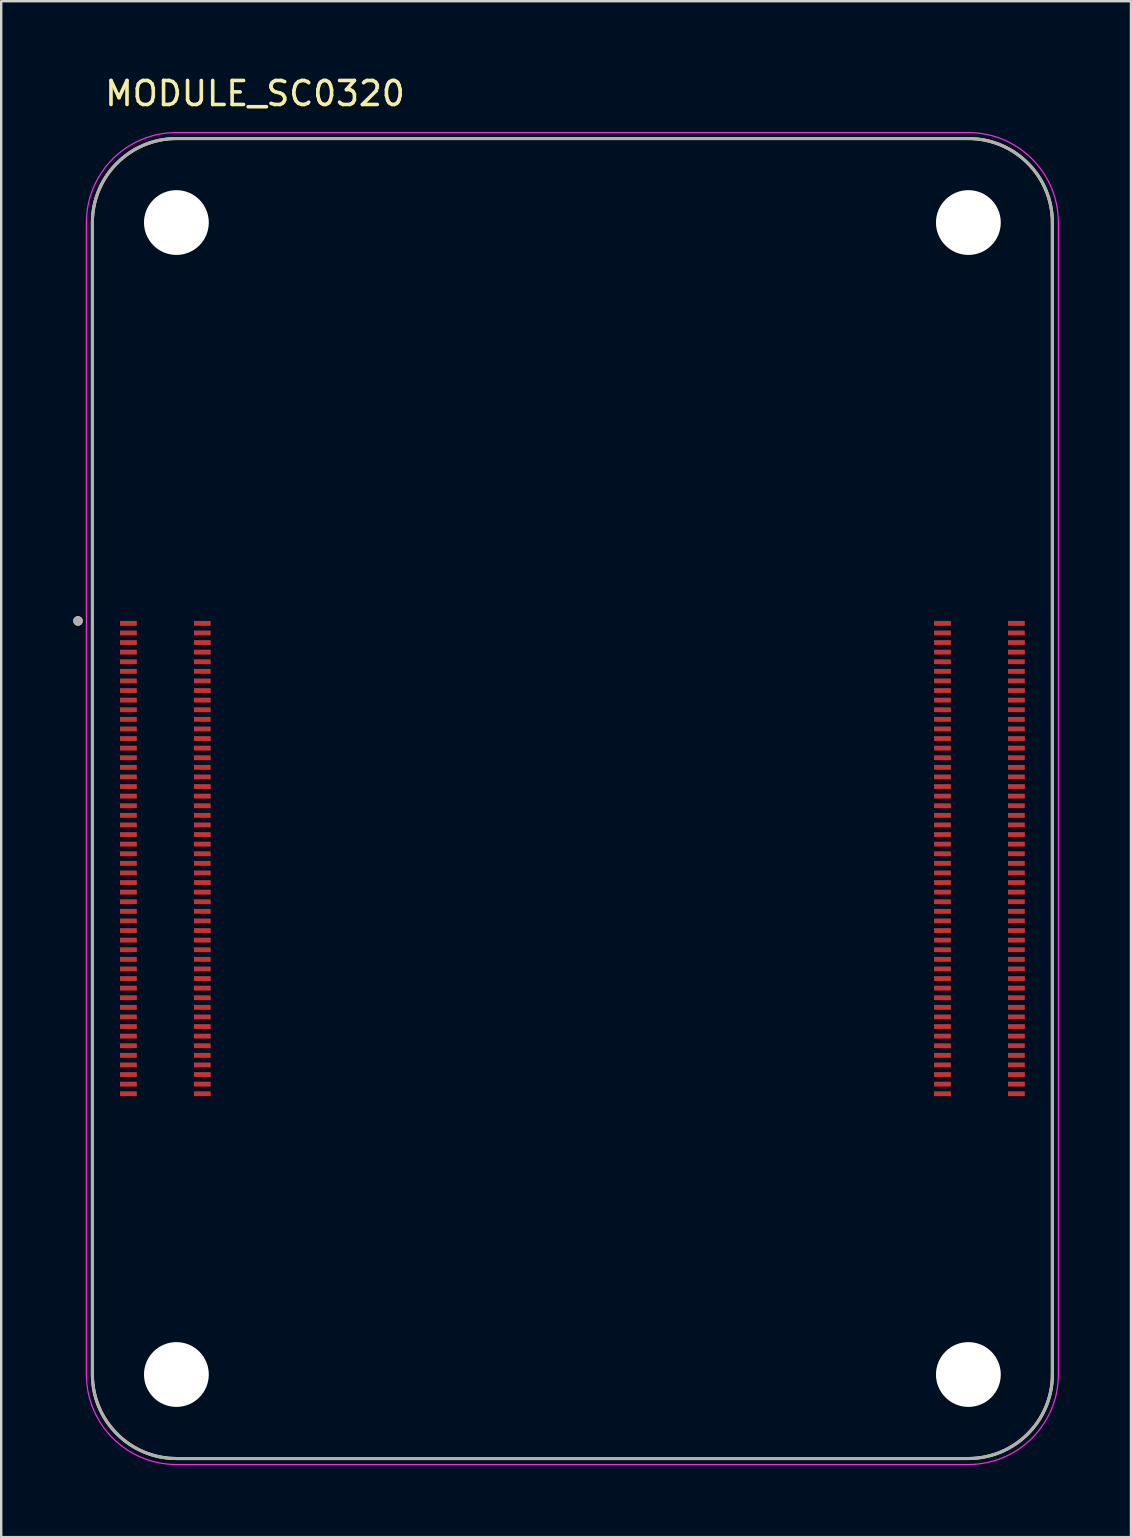
<source format=kicad_pcb>
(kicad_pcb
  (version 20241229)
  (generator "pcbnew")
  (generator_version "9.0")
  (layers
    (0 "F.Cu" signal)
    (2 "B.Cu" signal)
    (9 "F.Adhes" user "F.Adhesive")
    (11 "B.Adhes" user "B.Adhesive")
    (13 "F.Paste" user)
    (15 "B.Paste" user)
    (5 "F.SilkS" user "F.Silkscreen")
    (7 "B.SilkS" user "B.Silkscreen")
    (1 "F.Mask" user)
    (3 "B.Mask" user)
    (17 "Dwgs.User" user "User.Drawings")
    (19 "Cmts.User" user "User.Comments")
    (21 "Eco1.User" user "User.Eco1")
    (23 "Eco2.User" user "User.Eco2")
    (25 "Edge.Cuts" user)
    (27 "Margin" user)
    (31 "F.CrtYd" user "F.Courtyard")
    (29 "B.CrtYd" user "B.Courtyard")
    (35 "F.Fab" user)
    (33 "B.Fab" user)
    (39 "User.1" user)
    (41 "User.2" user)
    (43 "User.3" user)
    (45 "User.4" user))
  (footprint "MODULE_SC0320"
    (layer "F.Cu")
    (at 4.3 54.223)
    (property "Reference" "MODULE_SC0320" (at 3.275 -53.375 0) (layer "F.SilkS") (effects (font (size 1 1) (thickness 0.15))))
    (attr through_hole)
    (fp_line (start -3.5 -48) (end -3.5 0) (stroke (width 0.127) (type solid)) (layer "F.SilkS"))
    (fp_line (start 0 3.5) (end 33 3.5) (stroke (width 0.127) (type solid)) (layer "F.SilkS"))
    (fp_line (start 33 -51.5) (end 0 -51.5) (stroke (width 0.127) (type solid)) (layer "F.SilkS"))
    (fp_line (start 36.5 0) (end 36.5 -48) (stroke (width 0.127) (type solid)) (layer "F.SilkS"))
    (fp_arc (start -3.5 -48) (mid -2.474874 -50.474874) (end 0 -51.5) (stroke (width 0.127) (type solid)) (layer "F.SilkS"))
    (fp_arc (start 0 3.5) (mid -2.474874 2.474874) (end -3.5 0) (stroke (width 0.127) (type solid)) (layer "F.SilkS"))
    (fp_arc (start 33 -51.5) (mid 35.474874 -50.474874) (end 36.5 -48) (stroke (width 0.127) (type solid)) (layer "F.SilkS"))
    (fp_arc (start 36.5 0) (mid 35.474874 2.474874) (end 33 3.5) (stroke (width 0.127) (type solid)) (layer "F.SilkS"))
    (fp_circle (center -4.1 -31.4) (end -4 -31.4) (stroke (width 0.2) (type solid)) (fill no) (layer "F.SilkS"))
    (fp_line (start -3.75 -48) (end -3.75 0) (stroke (width 0.05) (type solid)) (layer "F.CrtYd"))
    (fp_line (start 0 3.75) (end 33 3.75) (stroke (width 0.05) (type solid)) (layer "F.CrtYd"))
    (fp_line (start 33 -51.75) (end 0 -51.75) (stroke (width 0.05) (type solid)) (layer "F.CrtYd"))
    (fp_line (start 36.75 0) (end 36.75 -48) (stroke (width 0.05) (type solid)) (layer "F.CrtYd"))
    (fp_arc (start -3.75 -48) (mid -2.65165 -50.65165) (end 0 -51.75) (stroke (width 0.05) (type solid)) (layer "F.CrtYd"))
    (fp_arc (start 0 3.75) (mid -2.65165 2.65165) (end -3.75 0) (stroke (width 0.05) (type solid)) (layer "F.CrtYd"))
    (fp_arc (start 33 -51.75) (mid 35.65165 -50.65165) (end 36.75 -48) (stroke (width 0.05) (type solid)) (layer "F.CrtYd"))
    (fp_arc (start 36.75 0) (mid 35.65165 2.65165) (end 33 3.75) (stroke (width 0.05) (type solid)) (layer "F.CrtYd"))
    (fp_line (start -3.5 -48) (end -3.5 0) (stroke (width 0.127) (type solid)) (layer "F.Fab"))
    (fp_line (start 0 3.5) (end 33 3.5) (stroke (width 0.127) (type solid)) (layer "F.Fab"))
    (fp_line (start 33 -51.5) (end 0 -51.5) (stroke (width 0.127) (type solid)) (layer "F.Fab"))
    (fp_line (start 36.5 0) (end 36.5 -48) (stroke (width 0.127) (type solid)) (layer "F.Fab"))
    (fp_arc (start -3.5 -48) (mid -2.474874 -50.474874) (end 0 -51.5) (stroke (width 0.127) (type solid)) (layer "F.Fab"))
    (fp_arc (start 0 3.5) (mid -2.474874 2.474874) (end -3.5 0) (stroke (width 0.127) (type solid)) (layer "F.Fab"))
    (fp_arc (start 33 -51.5) (mid 35.474874 -50.474874) (end 36.5 -48) (stroke (width 0.127) (type solid)) (layer "F.Fab"))
    (fp_arc (start 36.5 0) (mid 35.474874 2.474874) (end 33 3.5) (stroke (width 0.127) (type solid)) (layer "F.Fab"))
    (fp_circle (center -4.1 -31.4) (end -4 -31.4) (stroke (width 0.2) (type solid)) (fill no) (layer "F.Fab"))
    (pad "" np_thru_hole circle (at 0 -48) (size 2.7 2.7) (drill 2.7) (layers "*.Cu" "*.Mask"))
    (pad "" np_thru_hole circle (at 0 0) (size 2.7 2.7) (drill 2.7) (layers "*.Cu" "*.Mask"))
    (pad "" np_thru_hole circle (at 33 -48) (size 2.7 2.7) (drill 2.7) (layers "*.Cu" "*.Mask"))
    (pad "" np_thru_hole circle (at 33 0) (size 2.7 2.7) (drill 2.7) (layers "*.Cu" "*.Mask"))
    (pad "1" smd rect (at -2 -31.3) (size 0.7 0.2) (layers "F.Cu" "F.Mask" "F.Paste"))
    (pad "2" smd rect (at 1.08 -31.3) (size 0.7 0.2) (layers "F.Cu" "F.Mask" "F.Paste"))
    (pad "3" smd rect (at -2 -30.9) (size 0.7 0.2) (layers "F.Cu" "F.Mask" "F.Paste"))
    (pad "4" smd rect (at 1.08 -30.9) (size 0.7 0.2) (layers "F.Cu" "F.Mask" "F.Paste"))
    (pad "5" smd rect (at -2 -30.5) (size 0.7 0.2) (layers "F.Cu" "F.Mask" "F.Paste"))
    (pad "6" smd rect (at 1.08 -30.5) (size 0.7 0.2) (layers "F.Cu" "F.Mask" "F.Paste"))
    (pad "7" smd rect (at -2 -30.1) (size 0.7 0.2) (layers "F.Cu" "F.Mask" "F.Paste"))
    (pad "8" smd rect (at 1.08 -30.1) (size 0.7 0.2) (layers "F.Cu" "F.Mask" "F.Paste"))
    (pad "9" smd rect (at -2 -29.7) (size 0.7 0.2) (layers "F.Cu" "F.Mask" "F.Paste"))
    (pad "10" smd rect (at 1.08 -29.7) (size 0.7 0.2) (layers "F.Cu" "F.Mask" "F.Paste"))
    (pad "11" smd rect (at -2 -29.3) (size 0.7 0.2) (layers "F.Cu" "F.Mask" "F.Paste"))
    (pad "12" smd rect (at 1.08 -29.3) (size 0.7 0.2) (layers "F.Cu" "F.Mask" "F.Paste"))
    (pad "13" smd rect (at -2 -28.9) (size 0.7 0.2) (layers "F.Cu" "F.Mask" "F.Paste"))
    (pad "14" smd rect (at 1.08 -28.9) (size 0.7 0.2) (layers "F.Cu" "F.Mask" "F.Paste"))
    (pad "15" smd rect (at -2 -28.5) (size 0.7 0.2) (layers "F.Cu" "F.Mask" "F.Paste"))
    (pad "16" smd rect (at 1.08 -28.5) (size 0.7 0.2) (layers "F.Cu" "F.Mask" "F.Paste"))
    (pad "17" smd rect (at -2 -28.1) (size 0.7 0.2) (layers "F.Cu" "F.Mask" "F.Paste"))
    (pad "18" smd rect (at 1.08 -28.1) (size 0.7 0.2) (layers "F.Cu" "F.Mask" "F.Paste"))
    (pad "19" smd rect (at -2 -27.7) (size 0.7 0.2) (layers "F.Cu" "F.Mask" "F.Paste"))
    (pad "20" smd rect (at 1.08 -27.7) (size 0.7 0.2) (layers "F.Cu" "F.Mask" "F.Paste"))
    (pad "21" smd rect (at -2 -27.3) (size 0.7 0.2) (layers "F.Cu" "F.Mask" "F.Paste"))
    (pad "22" smd rect (at 1.08 -27.3) (size 0.7 0.2) (layers "F.Cu" "F.Mask" "F.Paste"))
    (pad "23" smd rect (at -2 -26.9) (size 0.7 0.2) (layers "F.Cu" "F.Mask" "F.Paste"))
    (pad "24" smd rect (at 1.08 -26.9) (size 0.7 0.2) (layers "F.Cu" "F.Mask" "F.Paste"))
    (pad "25" smd rect (at -2 -26.5) (size 0.7 0.2) (layers "F.Cu" "F.Mask" "F.Paste"))
    (pad "26" smd rect (at 1.08 -26.5) (size 0.7 0.2) (layers "F.Cu" "F.Mask" "F.Paste"))
    (pad "27" smd rect (at -2 -26.1) (size 0.7 0.2) (layers "F.Cu" "F.Mask" "F.Paste"))
    (pad "28" smd rect (at 1.08 -26.1) (size 0.7 0.2) (layers "F.Cu" "F.Mask" "F.Paste"))
    (pad "29" smd rect (at -2 -25.7) (size 0.7 0.2) (layers "F.Cu" "F.Mask" "F.Paste"))
    (pad "30" smd rect (at 1.08 -25.7) (size 0.7 0.2) (layers "F.Cu" "F.Mask" "F.Paste"))
    (pad "31" smd rect (at -2 -25.3) (size 0.7 0.2) (layers "F.Cu" "F.Mask" "F.Paste"))
    (pad "32" smd rect (at 1.08 -25.3) (size 0.7 0.2) (layers "F.Cu" "F.Mask" "F.Paste"))
    (pad "33" smd rect (at -2 -24.9) (size 0.7 0.2) (layers "F.Cu" "F.Mask" "F.Paste"))
    (pad "34" smd rect (at 1.08 -24.9) (size 0.7 0.2) (layers "F.Cu" "F.Mask" "F.Paste"))
    (pad "35" smd rect (at -2 -24.5) (size 0.7 0.2) (layers "F.Cu" "F.Mask" "F.Paste"))
    (pad "36" smd rect (at 1.08 -24.5) (size 0.7 0.2) (layers "F.Cu" "F.Mask" "F.Paste"))
    (pad "37" smd rect (at -2 -24.1) (size 0.7 0.2) (layers "F.Cu" "F.Mask" "F.Paste"))
    (pad "38" smd rect (at 1.08 -24.1) (size 0.7 0.2) (layers "F.Cu" "F.Mask" "F.Paste"))
    (pad "39" smd rect (at -2 -23.7) (size 0.7 0.2) (layers "F.Cu" "F.Mask" "F.Paste"))
    (pad "40" smd rect (at 1.08 -23.7) (size 0.7 0.2) (layers "F.Cu" "F.Mask" "F.Paste"))
    (pad "41" smd rect (at -2 -23.3) (size 0.7 0.2) (layers "F.Cu" "F.Mask" "F.Paste"))
    (pad "42" smd rect (at 1.08 -23.3) (size 0.7 0.2) (layers "F.Cu" "F.Mask" "F.Paste"))
    (pad "43" smd rect (at -2 -22.9) (size 0.7 0.2) (layers "F.Cu" "F.Mask" "F.Paste"))
    (pad "44" smd rect (at 1.08 -22.9) (size 0.7 0.2) (layers "F.Cu" "F.Mask" "F.Paste"))
    (pad "45" smd rect (at -2 -22.5) (size 0.7 0.2) (layers "F.Cu" "F.Mask" "F.Paste"))
    (pad "46" smd rect (at 1.08 -22.5) (size 0.7 0.2) (layers "F.Cu" "F.Mask" "F.Paste"))
    (pad "47" smd rect (at -2 -22.1) (size 0.7 0.2) (layers "F.Cu" "F.Mask" "F.Paste"))
    (pad "48" smd rect (at 1.08 -22.1) (size 0.7 0.2) (layers "F.Cu" "F.Mask" "F.Paste"))
    (pad "49" smd rect (at -2 -21.7) (size 0.7 0.2) (layers "F.Cu" "F.Mask" "F.Paste"))
    (pad "50" smd rect (at 1.08 -21.7) (size 0.7 0.2) (layers "F.Cu" "F.Mask" "F.Paste"))
    (pad "51" smd rect (at -2 -21.3) (size 0.7 0.2) (layers "F.Cu" "F.Mask" "F.Paste"))
    (pad "52" smd rect (at 1.08 -21.3) (size 0.7 0.2) (layers "F.Cu" "F.Mask" "F.Paste"))
    (pad "53" smd rect (at -2 -20.9) (size 0.7 0.2) (layers "F.Cu" "F.Mask" "F.Paste"))
    (pad "54" smd rect (at 1.08 -20.9) (size 0.7 0.2) (layers "F.Cu" "F.Mask" "F.Paste"))
    (pad "55" smd rect (at -2 -20.5) (size 0.7 0.2) (layers "F.Cu" "F.Mask" "F.Paste"))
    (pad "56" smd rect (at 1.08 -20.5) (size 0.7 0.2) (layers "F.Cu" "F.Mask" "F.Paste"))
    (pad "57" smd rect (at -2 -20.1) (size 0.7 0.2) (layers "F.Cu" "F.Mask" "F.Paste"))
    (pad "58" smd rect (at 1.08 -20.1) (size 0.7 0.2) (layers "F.Cu" "F.Mask" "F.Paste"))
    (pad "59" smd rect (at -2 -19.7) (size 0.7 0.2) (layers "F.Cu" "F.Mask" "F.Paste"))
    (pad "60" smd rect (at 1.08 -19.7) (size 0.7 0.2) (layers "F.Cu" "F.Mask" "F.Paste"))
    (pad "61" smd rect (at -2 -19.3) (size 0.7 0.2) (layers "F.Cu" "F.Mask" "F.Paste"))
    (pad "62" smd rect (at 1.08 -19.3) (size 0.7 0.2) (layers "F.Cu" "F.Mask" "F.Paste"))
    (pad "63" smd rect (at -2 -18.9) (size 0.7 0.2) (layers "F.Cu" "F.Mask" "F.Paste"))
    (pad "64" smd rect (at 1.08 -18.9) (size 0.7 0.2) (layers "F.Cu" "F.Mask" "F.Paste"))
    (pad "65" smd rect (at -2 -18.5) (size 0.7 0.2) (layers "F.Cu" "F.Mask" "F.Paste"))
    (pad "66" smd rect (at 1.08 -18.5) (size 0.7 0.2) (layers "F.Cu" "F.Mask" "F.Paste"))
    (pad "67" smd rect (at -2 -18.1) (size 0.7 0.2) (layers "F.Cu" "F.Mask" "F.Paste"))
    (pad "68" smd rect (at 1.08 -18.1) (size 0.7 0.2) (layers "F.Cu" "F.Mask" "F.Paste"))
    (pad "69" smd rect (at -2 -17.7) (size 0.7 0.2) (layers "F.Cu" "F.Mask" "F.Paste"))
    (pad "70" smd rect (at 1.08 -17.7) (size 0.7 0.2) (layers "F.Cu" "F.Mask" "F.Paste"))
    (pad "71" smd rect (at -2 -17.3) (size 0.7 0.2) (layers "F.Cu" "F.Mask" "F.Paste"))
    (pad "72" smd rect (at 1.08 -17.3) (size 0.7 0.2) (layers "F.Cu" "F.Mask" "F.Paste"))
    (pad "73" smd rect (at -2 -16.9) (size 0.7 0.2) (layers "F.Cu" "F.Mask" "F.Paste"))
    (pad "74" smd rect (at 1.08 -16.9) (size 0.7 0.2) (layers "F.Cu" "F.Mask" "F.Paste"))
    (pad "75" smd rect (at -2 -16.5) (size 0.7 0.2) (layers "F.Cu" "F.Mask" "F.Paste"))
    (pad "76" smd rect (at 1.08 -16.5) (size 0.7 0.2) (layers "F.Cu" "F.Mask" "F.Paste"))
    (pad "77" smd rect (at -2 -16.1) (size 0.7 0.2) (layers "F.Cu" "F.Mask" "F.Paste"))
    (pad "78" smd rect (at 1.08 -16.1) (size 0.7 0.2) (layers "F.Cu" "F.Mask" "F.Paste"))
    (pad "79" smd rect (at -2 -15.7) (size 0.7 0.2) (layers "F.Cu" "F.Mask" "F.Paste"))
    (pad "80" smd rect (at 1.08 -15.7) (size 0.7 0.2) (layers "F.Cu" "F.Mask" "F.Paste"))
    (pad "81" smd rect (at -2 -15.3) (size 0.7 0.2) (layers "F.Cu" "F.Mask" "F.Paste"))
    (pad "82" smd rect (at 1.08 -15.3) (size 0.7 0.2) (layers "F.Cu" "F.Mask" "F.Paste"))
    (pad "83" smd rect (at -2 -14.9) (size 0.7 0.2) (layers "F.Cu" "F.Mask" "F.Paste"))
    (pad "84" smd rect (at 1.08 -14.9) (size 0.7 0.2) (layers "F.Cu" "F.Mask" "F.Paste"))
    (pad "85" smd rect (at -2 -14.5) (size 0.7 0.2) (layers "F.Cu" "F.Mask" "F.Paste"))
    (pad "86" smd rect (at 1.08 -14.5) (size 0.7 0.2) (layers "F.Cu" "F.Mask" "F.Paste"))
    (pad "87" smd rect (at -2 -14.1) (size 0.7 0.2) (layers "F.Cu" "F.Mask" "F.Paste"))
    (pad "88" smd rect (at 1.08 -14.1) (size 0.7 0.2) (layers "F.Cu" "F.Mask" "F.Paste"))
    (pad "89" smd rect (at -2 -13.7) (size 0.7 0.2) (layers "F.Cu" "F.Mask" "F.Paste"))
    (pad "90" smd rect (at 1.08 -13.7) (size 0.7 0.2) (layers "F.Cu" "F.Mask" "F.Paste"))
    (pad "91" smd rect (at -2 -13.3) (size 0.7 0.2) (layers "F.Cu" "F.Mask" "F.Paste"))
    (pad "92" smd rect (at 1.08 -13.3) (size 0.7 0.2) (layers "F.Cu" "F.Mask" "F.Paste"))
    (pad "93" smd rect (at -2 -12.9) (size 0.7 0.2) (layers "F.Cu" "F.Mask" "F.Paste"))
    (pad "94" smd rect (at 1.08 -12.9) (size 0.7 0.2) (layers "F.Cu" "F.Mask" "F.Paste"))
    (pad "95" smd rect (at -2 -12.5) (size 0.7 0.2) (layers "F.Cu" "F.Mask" "F.Paste"))
    (pad "96" smd rect (at 1.08 -12.5) (size 0.7 0.2) (layers "F.Cu" "F.Mask" "F.Paste"))
    (pad "97" smd rect (at -2 -12.1) (size 0.7 0.2) (layers "F.Cu" "F.Mask" "F.Paste"))
    (pad "98" smd rect (at 1.08 -12.1) (size 0.7 0.2) (layers "F.Cu" "F.Mask" "F.Paste"))
    (pad "99" smd rect (at -2 -11.7) (size 0.7 0.2) (layers "F.Cu" "F.Mask" "F.Paste"))
    (pad "100" smd rect (at 1.08 -11.7) (size 0.7 0.2) (layers "F.Cu" "F.Mask" "F.Paste"))
    (pad "101" smd rect (at 31.92 -31.3) (size 0.7 0.2) (layers "F.Cu" "F.Mask" "F.Paste"))
    (pad "102" smd rect (at 35 -31.3) (size 0.7 0.2) (layers "F.Cu" "F.Mask" "F.Paste"))
    (pad "103" smd rect (at 31.92 -30.9) (size 0.7 0.2) (layers "F.Cu" "F.Mask" "F.Paste"))
    (pad "104" smd rect (at 35 -30.9) (size 0.7 0.2) (layers "F.Cu" "F.Mask" "F.Paste"))
    (pad "105" smd rect (at 31.92 -30.5) (size 0.7 0.2) (layers "F.Cu" "F.Mask" "F.Paste"))
    (pad "106" smd rect (at 35 -30.5) (size 0.7 0.2) (layers "F.Cu" "F.Mask" "F.Paste"))
    (pad "107" smd rect (at 31.92 -30.1) (size 0.7 0.2) (layers "F.Cu" "F.Mask" "F.Paste"))
    (pad "108" smd rect (at 35 -30.1) (size 0.7 0.2) (layers "F.Cu" "F.Mask" "F.Paste"))
    (pad "109" smd rect (at 31.92 -29.7) (size 0.7 0.2) (layers "F.Cu" "F.Mask" "F.Paste"))
    (pad "110" smd rect (at 35 -29.7) (size 0.7 0.2) (layers "F.Cu" "F.Mask" "F.Paste"))
    (pad "111" smd rect (at 31.92 -29.3) (size 0.7 0.2) (layers "F.Cu" "F.Mask" "F.Paste"))
    (pad "112" smd rect (at 35 -29.3) (size 0.7 0.2) (layers "F.Cu" "F.Mask" "F.Paste"))
    (pad "113" smd rect (at 31.92 -28.9) (size 0.7 0.2) (layers "F.Cu" "F.Mask" "F.Paste"))
    (pad "114" smd rect (at 35 -28.9) (size 0.7 0.2) (layers "F.Cu" "F.Mask" "F.Paste"))
    (pad "115" smd rect (at 31.92 -28.5) (size 0.7 0.2) (layers "F.Cu" "F.Mask" "F.Paste"))
    (pad "116" smd rect (at 35 -28.5) (size 0.7 0.2) (layers "F.Cu" "F.Mask" "F.Paste"))
    (pad "117" smd rect (at 31.92 -28.1) (size 0.7 0.2) (layers "F.Cu" "F.Mask" "F.Paste"))
    (pad "118" smd rect (at 35 -28.1) (size 0.7 0.2) (layers "F.Cu" "F.Mask" "F.Paste"))
    (pad "119" smd rect (at 31.92 -27.7) (size 0.7 0.2) (layers "F.Cu" "F.Mask" "F.Paste"))
    (pad "120" smd rect (at 35 -27.7) (size 0.7 0.2) (layers "F.Cu" "F.Mask" "F.Paste"))
    (pad "121" smd rect (at 31.92 -27.3) (size 0.7 0.2) (layers "F.Cu" "F.Mask" "F.Paste"))
    (pad "122" smd rect (at 35 -27.3) (size 0.7 0.2) (layers "F.Cu" "F.Mask" "F.Paste"))
    (pad "123" smd rect (at 31.92 -26.9) (size 0.7 0.2) (layers "F.Cu" "F.Mask" "F.Paste"))
    (pad "124" smd rect (at 35 -26.9) (size 0.7 0.2) (layers "F.Cu" "F.Mask" "F.Paste"))
    (pad "125" smd rect (at 31.92 -26.5) (size 0.7 0.2) (layers "F.Cu" "F.Mask" "F.Paste"))
    (pad "126" smd rect (at 35 -26.5) (size 0.7 0.2) (layers "F.Cu" "F.Mask" "F.Paste"))
    (pad "127" smd rect (at 31.92 -26.1) (size 0.7 0.2) (layers "F.Cu" "F.Mask" "F.Paste"))
    (pad "128" smd rect (at 35 -26.1) (size 0.7 0.2) (layers "F.Cu" "F.Mask" "F.Paste"))
    (pad "129" smd rect (at 31.92 -25.7) (size 0.7 0.2) (layers "F.Cu" "F.Mask" "F.Paste"))
    (pad "130" smd rect (at 35 -25.7) (size 0.7 0.2) (layers "F.Cu" "F.Mask" "F.Paste"))
    (pad "131" smd rect (at 31.92 -25.3) (size 0.7 0.2) (layers "F.Cu" "F.Mask" "F.Paste"))
    (pad "132" smd rect (at 35 -25.3) (size 0.7 0.2) (layers "F.Cu" "F.Mask" "F.Paste"))
    (pad "133" smd rect (at 31.92 -24.9) (size 0.7 0.2) (layers "F.Cu" "F.Mask" "F.Paste"))
    (pad "134" smd rect (at 35 -24.9) (size 0.7 0.2) (layers "F.Cu" "F.Mask" "F.Paste"))
    (pad "135" smd rect (at 31.92 -24.5) (size 0.7 0.2) (layers "F.Cu" "F.Mask" "F.Paste"))
    (pad "136" smd rect (at 35 -24.5) (size 0.7 0.2) (layers "F.Cu" "F.Mask" "F.Paste"))
    (pad "137" smd rect (at 31.92 -24.1) (size 0.7 0.2) (layers "F.Cu" "F.Mask" "F.Paste"))
    (pad "138" smd rect (at 35 -24.1) (size 0.7 0.2) (layers "F.Cu" "F.Mask" "F.Paste"))
    (pad "139" smd rect (at 31.92 -23.7) (size 0.7 0.2) (layers "F.Cu" "F.Mask" "F.Paste"))
    (pad "140" smd rect (at 35 -23.7) (size 0.7 0.2) (layers "F.Cu" "F.Mask" "F.Paste"))
    (pad "141" smd rect (at 31.92 -23.3) (size 0.7 0.2) (layers "F.Cu" "F.Mask" "F.Paste"))
    (pad "142" smd rect (at 35 -23.3) (size 0.7 0.2) (layers "F.Cu" "F.Mask" "F.Paste"))
    (pad "143" smd rect (at 31.92 -22.9) (size 0.7 0.2) (layers "F.Cu" "F.Mask" "F.Paste"))
    (pad "144" smd rect (at 35 -22.9) (size 0.7 0.2) (layers "F.Cu" "F.Mask" "F.Paste"))
    (pad "145" smd rect (at 31.92 -22.5) (size 0.7 0.2) (layers "F.Cu" "F.Mask" "F.Paste"))
    (pad "146" smd rect (at 35 -22.5) (size 0.7 0.2) (layers "F.Cu" "F.Mask" "F.Paste"))
    (pad "147" smd rect (at 31.92 -22.1) (size 0.7 0.2) (layers "F.Cu" "F.Mask" "F.Paste"))
    (pad "148" smd rect (at 35 -22.1) (size 0.7 0.2) (layers "F.Cu" "F.Mask" "F.Paste"))
    (pad "149" smd rect (at 31.92 -21.7) (size 0.7 0.2) (layers "F.Cu" "F.Mask" "F.Paste"))
    (pad "150" smd rect (at 35 -21.7) (size 0.7 0.2) (layers "F.Cu" "F.Mask" "F.Paste"))
    (pad "151" smd rect (at 31.92 -21.3) (size 0.7 0.2) (layers "F.Cu" "F.Mask" "F.Paste"))
    (pad "152" smd rect (at 35 -21.3) (size 0.7 0.2) (layers "F.Cu" "F.Mask" "F.Paste"))
    (pad "153" smd rect (at 31.92 -20.9) (size 0.7 0.2) (layers "F.Cu" "F.Mask" "F.Paste"))
    (pad "154" smd rect (at 35 -20.9) (size 0.7 0.2) (layers "F.Cu" "F.Mask" "F.Paste"))
    (pad "155" smd rect (at 31.92 -20.5) (size 0.7 0.2) (layers "F.Cu" "F.Mask" "F.Paste"))
    (pad "156" smd rect (at 35 -20.5) (size 0.7 0.2) (layers "F.Cu" "F.Mask" "F.Paste"))
    (pad "157" smd rect (at 31.92 -20.1) (size 0.7 0.2) (layers "F.Cu" "F.Mask" "F.Paste"))
    (pad "158" smd rect (at 35 -20.1) (size 0.7 0.2) (layers "F.Cu" "F.Mask" "F.Paste"))
    (pad "159" smd rect (at 31.92 -19.7) (size 0.7 0.2) (layers "F.Cu" "F.Mask" "F.Paste"))
    (pad "160" smd rect (at 35 -19.7) (size 0.7 0.2) (layers "F.Cu" "F.Mask" "F.Paste"))
    (pad "161" smd rect (at 31.92 -19.3) (size 0.7 0.2) (layers "F.Cu" "F.Mask" "F.Paste"))
    (pad "162" smd rect (at 35 -19.3) (size 0.7 0.2) (layers "F.Cu" "F.Mask" "F.Paste"))
    (pad "163" smd rect (at 31.92 -18.9) (size 0.7 0.2) (layers "F.Cu" "F.Mask" "F.Paste"))
    (pad "164" smd rect (at 35 -18.9) (size 0.7 0.2) (layers "F.Cu" "F.Mask" "F.Paste"))
    (pad "165" smd rect (at 31.92 -18.5) (size 0.7 0.2) (layers "F.Cu" "F.Mask" "F.Paste"))
    (pad "166" smd rect (at 35 -18.5) (size 0.7 0.2) (layers "F.Cu" "F.Mask" "F.Paste"))
    (pad "167" smd rect (at 31.92 -18.1) (size 0.7 0.2) (layers "F.Cu" "F.Mask" "F.Paste"))
    (pad "168" smd rect (at 35 -18.1) (size 0.7 0.2) (layers "F.Cu" "F.Mask" "F.Paste"))
    (pad "169" smd rect (at 31.92 -17.7) (size 0.7 0.2) (layers "F.Cu" "F.Mask" "F.Paste"))
    (pad "170" smd rect (at 35 -17.7) (size 0.7 0.2) (layers "F.Cu" "F.Mask" "F.Paste"))
    (pad "171" smd rect (at 31.92 -17.3) (size 0.7 0.2) (layers "F.Cu" "F.Mask" "F.Paste"))
    (pad "172" smd rect (at 35 -17.3) (size 0.7 0.2) (layers "F.Cu" "F.Mask" "F.Paste"))
    (pad "173" smd rect (at 31.92 -16.9) (size 0.7 0.2) (layers "F.Cu" "F.Mask" "F.Paste"))
    (pad "174" smd rect (at 35 -16.9) (size 0.7 0.2) (layers "F.Cu" "F.Mask" "F.Paste"))
    (pad "175" smd rect (at 31.92 -16.5) (size 0.7 0.2) (layers "F.Cu" "F.Mask" "F.Paste"))
    (pad "176" smd rect (at 35 -16.5) (size 0.7 0.2) (layers "F.Cu" "F.Mask" "F.Paste"))
    (pad "177" smd rect (at 31.92 -16.1) (size 0.7 0.2) (layers "F.Cu" "F.Mask" "F.Paste"))
    (pad "178" smd rect (at 35 -16.1) (size 0.7 0.2) (layers "F.Cu" "F.Mask" "F.Paste"))
    (pad "179" smd rect (at 31.92 -15.7) (size 0.7 0.2) (layers "F.Cu" "F.Mask" "F.Paste"))
    (pad "180" smd rect (at 35 -15.7) (size 0.7 0.2) (layers "F.Cu" "F.Mask" "F.Paste"))
    (pad "181" smd rect (at 31.92 -15.3) (size 0.7 0.2) (layers "F.Cu" "F.Mask" "F.Paste"))
    (pad "182" smd rect (at 35 -15.3) (size 0.7 0.2) (layers "F.Cu" "F.Mask" "F.Paste"))
    (pad "183" smd rect (at 31.92 -14.9) (size 0.7 0.2) (layers "F.Cu" "F.Mask" "F.Paste"))
    (pad "184" smd rect (at 35 -14.9) (size 0.7 0.2) (layers "F.Cu" "F.Mask" "F.Paste"))
    (pad "185" smd rect (at 31.92 -14.5) (size 0.7 0.2) (layers "F.Cu" "F.Mask" "F.Paste"))
    (pad "186" smd rect (at 35 -14.5) (size 0.7 0.2) (layers "F.Cu" "F.Mask" "F.Paste"))
    (pad "187" smd rect (at 31.92 -14.1) (size 0.7 0.2) (layers "F.Cu" "F.Mask" "F.Paste"))
    (pad "188" smd rect (at 35 -14.1) (size 0.7 0.2) (layers "F.Cu" "F.Mask" "F.Paste"))
    (pad "189" smd rect (at 31.92 -13.7) (size 0.7 0.2) (layers "F.Cu" "F.Mask" "F.Paste"))
    (pad "190" smd rect (at 35 -13.7) (size 0.7 0.2) (layers "F.Cu" "F.Mask" "F.Paste"))
    (pad "191" smd rect (at 31.92 -13.3) (size 0.7 0.2) (layers "F.Cu" "F.Mask" "F.Paste"))
    (pad "192" smd rect (at 35 -13.3) (size 0.7 0.2) (layers "F.Cu" "F.Mask" "F.Paste"))
    (pad "193" smd rect (at 31.92 -12.9) (size 0.7 0.2) (layers "F.Cu" "F.Mask" "F.Paste"))
    (pad "194" smd rect (at 35 -12.9) (size 0.7 0.2) (layers "F.Cu" "F.Mask" "F.Paste"))
    (pad "195" smd rect (at 31.92 -12.5) (size 0.7 0.2) (layers "F.Cu" "F.Mask" "F.Paste"))
    (pad "196" smd rect (at 35 -12.5) (size 0.7 0.2) (layers "F.Cu" "F.Mask" "F.Paste"))
    (pad "197" smd rect (at 31.92 -12.1) (size 0.7 0.2) (layers "F.Cu" "F.Mask" "F.Paste"))
    (pad "198" smd rect (at 35 -12.1) (size 0.7 0.2) (layers "F.Cu" "F.Mask" "F.Paste"))
    (pad "199" smd rect (at 31.92 -11.7) (size 0.7 0.2) (layers "F.Cu" "F.Mask" "F.Paste"))
    (pad "200" smd rect (at 35 -11.7) (size 0.7 0.2) (layers "F.Cu" "F.Mask" "F.Paste")))
  (gr_rect
    (start -3 -3)
    (end 44.075 60.998)
    (stroke (width 0.1) (type default))
    (fill no)
    (layer "Edge.Cuts")))
</source>
